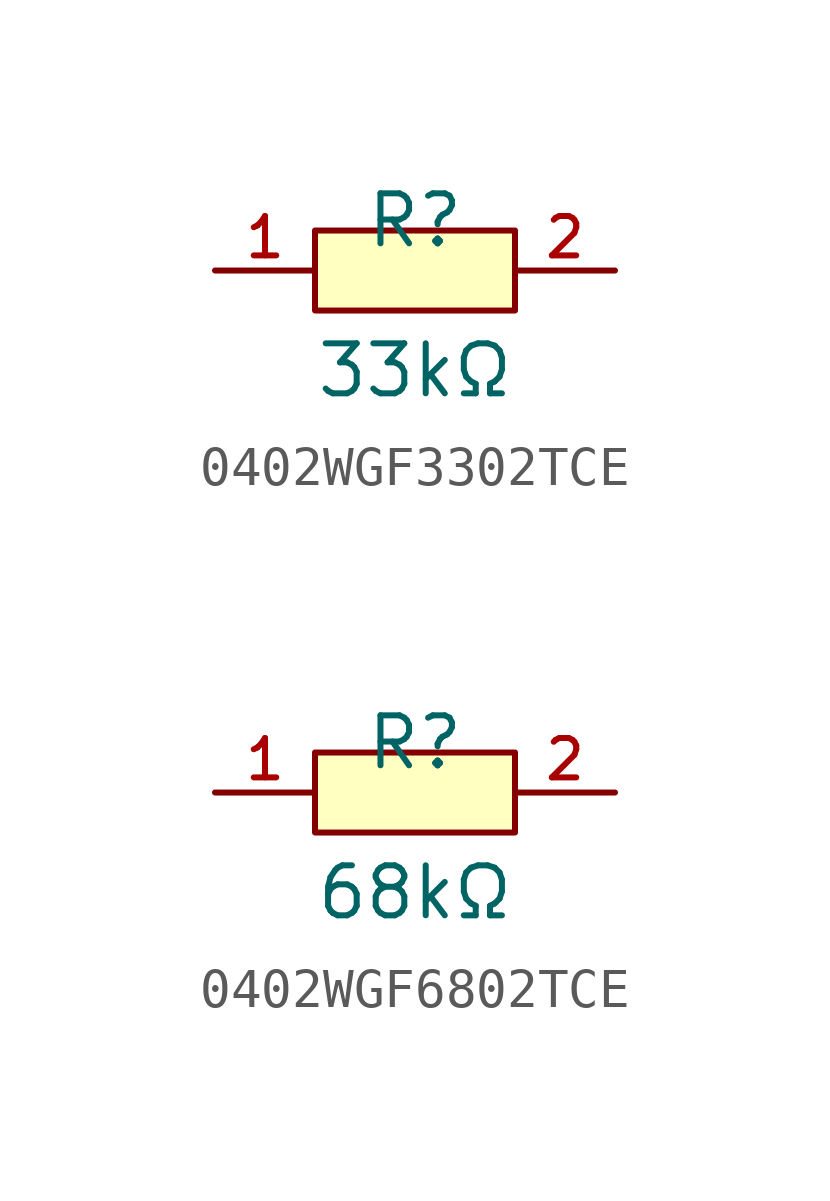
<source format=kicad_sym>
(kicad_symbol_lib
  (version 20220914)
  (generator kicad_symbol_editor)
  (symbol "0402WGF3302TCE"
    (pin_names hide)
    (property "Reference" "R"
      (at 0 1.27 0)
      (effects (font (size 1.27 1.27))))
    (property "Value" "33kΩ"
      (at 0 -2.54 0)
      (effects (font (size 1.27 1.27))))
    (symbol "0402WGF3302TCE_0_1"
      (rectangle (start -2.54 1.016) (end 2.54 -1.016) (stroke (width 0) (type default)) (fill (type background)))
      (pin input line (at -5.08 0 0) (length 2.54) (name "1" (effects (font (size 1 1)))) (number "1" (effects (font (size 1 1)))))
      (pin input line (at 5.08 0 180) (length 2.54) (name "2" (effects (font (size 1 1)))) (number "2" (effects (font (size 1 1)))))))
  (symbol "0402WGF6802TCE"
    (pin_names hide)
    (property "Reference" "R"
      (at 0 1.27 0)
      (effects (font (size 1.27 1.27))))
    (property "Value" "68kΩ"
      (at 0 -2.54 0)
      (effects (font (size 1.27 1.27))))
    (symbol "0402WGF6802TCE_0_1"
      (rectangle (start -2.54 1.016) (end 2.54 -1.016) (stroke (width 0) (type default)) (fill (type background)))
      (pin input line (at -5.08 0 0) (length 2.54) (name "1" (effects (font (size 1 1)))) (number "1" (effects (font (size 1 1)))))
      (pin input line (at 5.08 0 180) (length 2.54) (name "2" (effects (font (size 1 1)))) (number "2" (effects (font (size 1 1))))))))
</source>
